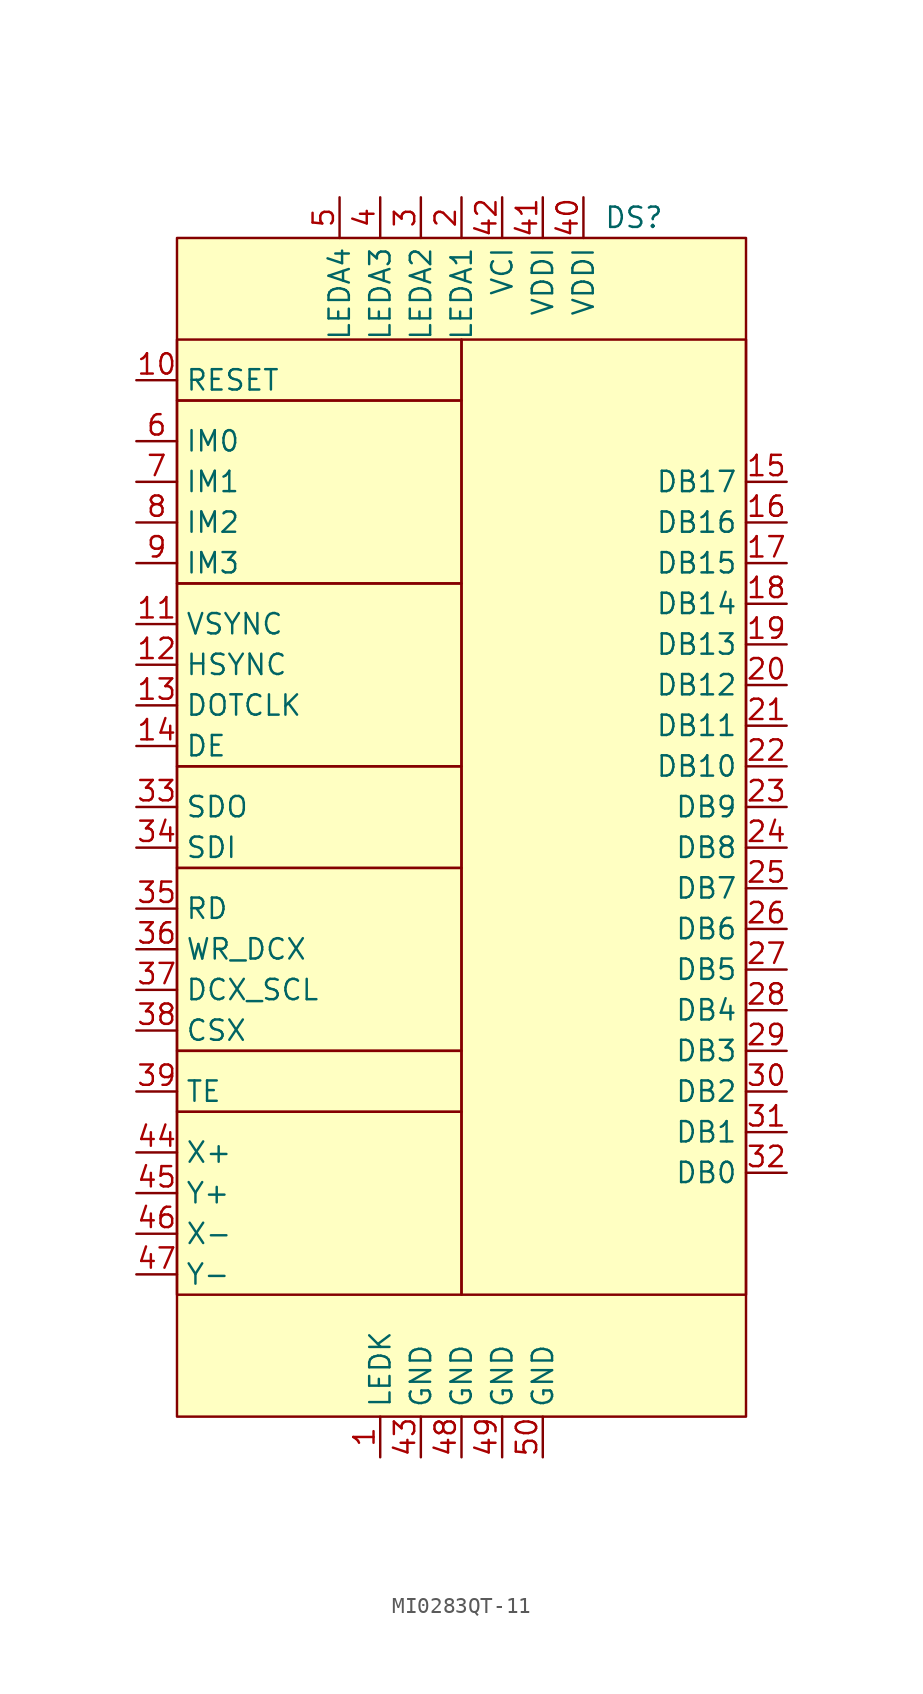
<source format=kicad_sym>
(kicad_symbol_lib
  (version 20220914)
  (generator kicad_symbol_editor)
  (symbol "MI0283QT-11"
    (property "Reference" "DS"
      (at 22.86 13.97 0)
      (effects (font (size 1.27 1.27)) (justify left)))
    (property "Value" ""
      (at 0 0 0)
      (effects (font (size 1.27 1.27))))
    (symbol "MI0283QT-11_0_1"
      (rectangle (start -3.81 -41.91) (end 13.97 -53.34) (stroke (width 0) (type default)) (fill (type none)))
      (rectangle (start -3.81 -38.1) (end 13.97 -41.91) (stroke (width 0) (type default)) (fill (type none)))
      (rectangle (start -3.81 -26.67) (end 13.97 -38.1) (stroke (width 0) (type default)) (fill (type none)))
      (rectangle (start -3.81 -20.32) (end 13.97 -26.67) (stroke (width 0) (type default)) (fill (type none)))
      (rectangle (start -3.81 -8.89) (end 13.97 -20.32) (stroke (width 0) (type default)) (fill (type none)))
      (rectangle (start -3.81 2.54) (end 13.97 -8.89) (stroke (width 0) (type default)) (fill (type none)))
      (rectangle (start -3.81 6.35) (end 13.97 2.54) (stroke (width 0) (type default)) (fill (type none)))
      (rectangle (start -3.81 12.7) (end 31.75 -60.96) (stroke (width 0) (type default)) (fill (type background)))
      (rectangle (start 13.97 6.35) (end 31.75 -53.34) (stroke (width 0) (type default)) (fill (type none))))
    (symbol "MI0283QT-11_1_1"
      (pin power_in line (at 8.89 -63.5 90) (length 2.54) (name "LEDK" (effects (font (size 1.27 1.27)))) (number "1" (effects (font (size 1.27 1.27)))))
      (pin input line (at -6.35 3.81 0) (length 2.54) (name "RESET" (effects (font (size 1.27 1.27)))) (number "10" (effects (font (size 1.27 1.27)))))
      (pin bidirectional line (at -6.35 -11.43 0) (length 2.54) (name "VSYNC" (effects (font (size 1.27 1.27)))) (number "11" (effects (font (size 1.27 1.27)))))
      (pin bidirectional line (at -6.35 -13.97 0) (length 2.54) (name "HSYNC" (effects (font (size 1.27 1.27)))) (number "12" (effects (font (size 1.27 1.27)))))
      (pin bidirectional line (at -6.35 -16.51 0) (length 2.54) (name "DOTCLK" (effects (font (size 1.27 1.27)))) (number "13" (effects (font (size 1.27 1.27)))))
      (pin bidirectional line (at -6.35 -19.05 0) (length 2.54) (name "DE" (effects (font (size 1.27 1.27)))) (number "14" (effects (font (size 1.27 1.27)))))
      (pin bidirectional line (at 34.29 -2.54 180) (length 2.54) (name "DB17" (effects (font (size 1.27 1.27)))) (number "15" (effects (font (size 1.27 1.27)))))
      (pin bidirectional line (at 34.29 -5.08 180) (length 2.54) (name "DB16" (effects (font (size 1.27 1.27)))) (number "16" (effects (font (size 1.27 1.27)))))
      (pin bidirectional line (at 34.29 -7.62 180) (length 2.54) (name "DB15" (effects (font (size 1.27 1.27)))) (number "17" (effects (font (size 1.27 1.27)))))
      (pin bidirectional line (at 34.29 -10.16 180) (length 2.54) (name "DB14" (effects (font (size 1.27 1.27)))) (number "18" (effects (font (size 1.27 1.27)))))
      (pin bidirectional line (at 34.29 -12.7 180) (length 2.54) (name "DB13" (effects (font (size 1.27 1.27)))) (number "19" (effects (font (size 1.27 1.27)))))
      (pin power_in line (at 13.97 15.24 270) (length 2.54) (name "LEDA1" (effects (font (size 1.27 1.27)))) (number "2" (effects (font (size 1.27 1.27)))))
      (pin bidirectional line (at 34.29 -15.24 180) (length 2.54) (name "DB12" (effects (font (size 1.27 1.27)))) (number "20" (effects (font (size 1.27 1.27)))))
      (pin bidirectional line (at 34.29 -17.78 180) (length 2.54) (name "DB11" (effects (font (size 1.27 1.27)))) (number "21" (effects (font (size 1.27 1.27)))))
      (pin bidirectional line (at 34.29 -20.32 180) (length 2.54) (name "DB10" (effects (font (size 1.27 1.27)))) (number "22" (effects (font (size 1.27 1.27)))))
      (pin bidirectional line (at 34.29 -22.86 180) (length 2.54) (name "DB9" (effects (font (size 1.27 1.27)))) (number "23" (effects (font (size 1.27 1.27)))))
      (pin bidirectional line (at 34.29 -25.4 180) (length 2.54) (name "DB8" (effects (font (size 1.27 1.27)))) (number "24" (effects (font (size 1.27 1.27)))))
      (pin bidirectional line (at 34.29 -27.94 180) (length 2.54) (name "DB7" (effects (font (size 1.27 1.27)))) (number "25" (effects (font (size 1.27 1.27)))))
      (pin bidirectional line (at 34.29 -30.48 180) (length 2.54) (name "DB6" (effects (font (size 1.27 1.27)))) (number "26" (effects (font (size 1.27 1.27)))))
      (pin bidirectional line (at 34.29 -33.02 180) (length 2.54) (name "DB5" (effects (font (size 1.27 1.27)))) (number "27" (effects (font (size 1.27 1.27)))))
      (pin bidirectional line (at 34.29 -35.56 180) (length 2.54) (name "DB4" (effects (font (size 1.27 1.27)))) (number "28" (effects (font (size 1.27 1.27)))))
      (pin bidirectional line (at 34.29 -38.1 180) (length 2.54) (name "DB3" (effects (font (size 1.27 1.27)))) (number "29" (effects (font (size 1.27 1.27)))))
      (pin power_in line (at 11.43 15.24 270) (length 2.54) (name "LEDA2" (effects (font (size 1.27 1.27)))) (number "3" (effects (font (size 1.27 1.27)))))
      (pin bidirectional line (at 34.29 -40.64 180) (length 2.54) (name "DB2" (effects (font (size 1.27 1.27)))) (number "30" (effects (font (size 1.27 1.27)))))
      (pin bidirectional line (at 34.29 -43.18 180) (length 2.54) (name "DB1" (effects (font (size 1.27 1.27)))) (number "31" (effects (font (size 1.27 1.27)))))
      (pin bidirectional line (at 34.29 -45.72 180) (length 2.54) (name "DB0" (effects (font (size 1.27 1.27)))) (number "32" (effects (font (size 1.27 1.27)))))
      (pin bidirectional line (at -6.35 -22.86 0) (length 2.54) (name "SDO" (effects (font (size 1.27 1.27)))) (number "33" (effects (font (size 1.27 1.27)))))
      (pin bidirectional line (at -6.35 -25.4 0) (length 2.54) (name "SDI" (effects (font (size 1.27 1.27)))) (number "34" (effects (font (size 1.27 1.27)))))
      (pin bidirectional line (at -6.35 -29.21 0) (length 2.54) (name "RD" (effects (font (size 1.27 1.27)))) (number "35" (effects (font (size 1.27 1.27)))))
      (pin bidirectional line (at -6.35 -31.75 0) (length 2.54) (name "WR_DCX" (effects (font (size 1.27 1.27)))) (number "36" (effects (font (size 1.27 1.27)))))
      (pin bidirectional line (at -6.35 -34.29 0) (length 2.54) (name "DCX_SCL" (effects (font (size 1.27 1.27)))) (number "37" (effects (font (size 1.27 1.27)))))
      (pin bidirectional line (at -6.35 -36.83 0) (length 2.54) (name "CSX" (effects (font (size 1.27 1.27)))) (number "38" (effects (font (size 1.27 1.27)))))
      (pin bidirectional line (at -6.35 -40.64 0) (length 2.54) (name "TE" (effects (font (size 1.27 1.27)))) (number "39" (effects (font (size 1.27 1.27)))))
      (pin power_in line (at 8.89 15.24 270) (length 2.54) (name "LEDA3" (effects (font (size 1.27 1.27)))) (number "4" (effects (font (size 1.27 1.27)))))
      (pin power_in line (at 21.59 15.24 270) (length 2.54) (name "VDDI" (effects (font (size 1.27 1.27)))) (number "40" (effects (font (size 1.27 1.27)))))
      (pin power_in line (at 19.05 15.24 270) (length 2.54) (name "VDDI" (effects (font (size 1.27 1.27)))) (number "41" (effects (font (size 1.27 1.27)))))
      (pin power_in line (at 16.51 15.24 270) (length 2.54) (name "VCI" (effects (font (size 1.27 1.27)))) (number "42" (effects (font (size 1.27 1.27)))))
      (pin power_in line (at 11.43 -63.5 90) (length 2.54) (name "GND" (effects (font (size 1.27 1.27)))) (number "43" (effects (font (size 1.27 1.27)))))
      (pin output line (at -6.35 -44.45 0) (length 2.54) (name "X+" (effects (font (size 1.27 1.27)))) (number "44" (effects (font (size 1.27 1.27)))))
      (pin output line (at -6.35 -46.99 0) (length 2.54) (name "Y+" (effects (font (size 1.27 1.27)))) (number "45" (effects (font (size 1.27 1.27)))))
      (pin output line (at -6.35 -49.53 0) (length 2.54) (name "X-" (effects (font (size 1.27 1.27)))) (number "46" (effects (font (size 1.27 1.27)))))
      (pin output line (at -6.35 -52.07 0) (length 2.54) (name "Y-" (effects (font (size 1.27 1.27)))) (number "47" (effects (font (size 1.27 1.27)))))
      (pin power_in line (at 13.97 -63.5 90) (length 2.54) (name "GND" (effects (font (size 1.27 1.27)))) (number "48" (effects (font (size 1.27 1.27)))))
      (pin power_in line (at 16.51 -63.5 90) (length 2.54) (name "GND" (effects (font (size 1.27 1.27)))) (number "49" (effects (font (size 1.27 1.27)))))
      (pin power_in line (at 6.35 15.24 270) (length 2.54) (name "LEDA4" (effects (font (size 1.27 1.27)))) (number "5" (effects (font (size 1.27 1.27)))))
      (pin power_in line (at 19.05 -63.5 90) (length 2.54) (name "GND" (effects (font (size 1.27 1.27)))) (number "50" (effects (font (size 1.27 1.27)))))
      (pin input line (at -6.35 0 0) (length 2.54) (name "IM0" (effects (font (size 1.27 1.27)))) (number "6" (effects (font (size 1.27 1.27)))))
      (pin input line (at -6.35 -2.54 0) (length 2.54) (name "IM1" (effects (font (size 1.27 1.27)))) (number "7" (effects (font (size 1.27 1.27)))))
      (pin input line (at -6.35 -5.08 0) (length 2.54) (name "IM2" (effects (font (size 1.27 1.27)))) (number "8" (effects (font (size 1.27 1.27)))))
      (pin input line (at -6.35 -7.62 0) (length 2.54) (name "IM3" (effects (font (size 1.27 1.27)))) (number "9" (effects (font (size 1.27 1.27))))))))
</source>
